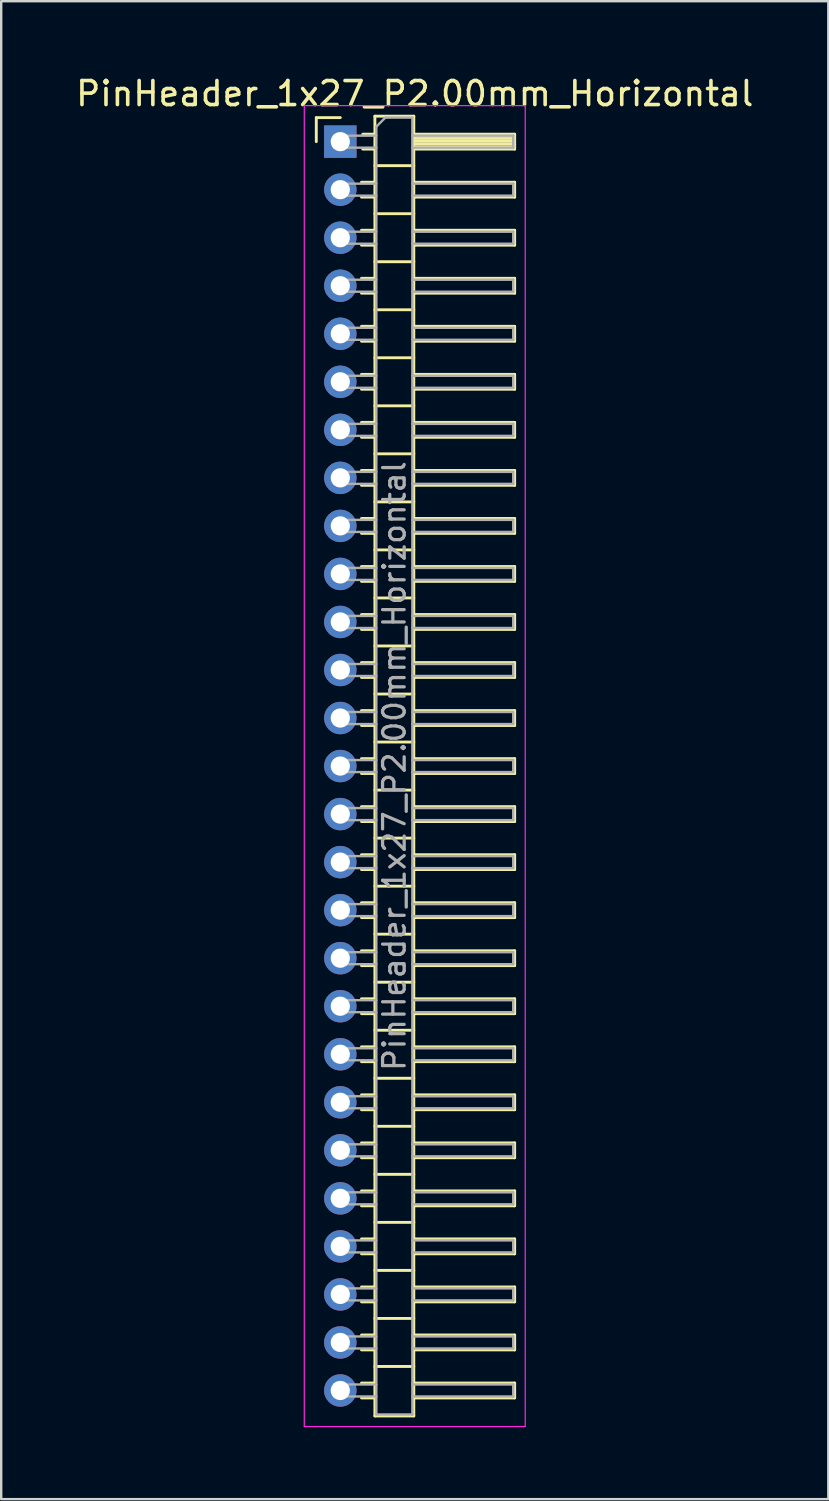
<source format=kicad_pcb>
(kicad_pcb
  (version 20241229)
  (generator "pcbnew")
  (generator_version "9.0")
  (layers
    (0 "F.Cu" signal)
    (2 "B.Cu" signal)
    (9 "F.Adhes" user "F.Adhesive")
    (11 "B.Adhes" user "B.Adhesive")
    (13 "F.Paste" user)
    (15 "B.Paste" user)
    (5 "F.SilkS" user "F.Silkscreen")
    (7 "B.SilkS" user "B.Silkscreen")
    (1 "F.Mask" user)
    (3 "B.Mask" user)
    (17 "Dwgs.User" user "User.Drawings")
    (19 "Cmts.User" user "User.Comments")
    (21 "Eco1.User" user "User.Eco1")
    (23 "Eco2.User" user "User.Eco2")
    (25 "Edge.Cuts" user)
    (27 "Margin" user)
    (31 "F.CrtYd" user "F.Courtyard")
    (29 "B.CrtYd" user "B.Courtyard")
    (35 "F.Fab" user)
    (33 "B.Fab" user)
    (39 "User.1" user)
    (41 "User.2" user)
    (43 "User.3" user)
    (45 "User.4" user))
  (footprint "PinHeader_1x27_P2.00mm_Horizontal"
    (layer "F.Cu")
    (at 11.12 2.848)
    (property "Reference" "PinHeader_1x27_P2.00mm_Horizontal" (at 3.1 -2 0) (layer "F.SilkS") (effects (font (size 1 1) (thickness 0.15))))
    (attr through_hole)
    (fp_line (start -1 -1) (end 0 -1) (stroke (width 0.12) (type solid)) (layer "F.SilkS"))
    (fp_line (start -1 0) (end -1 -1) (stroke (width 0.12) (type solid)) (layer "F.SilkS"))
    (fp_line (start 0.882 1.69) (end 1.44 1.69) (stroke (width 0.12) (type solid)) (layer "F.SilkS"))
    (fp_line (start 0.882 2.31) (end 1.44 2.31) (stroke (width 0.12) (type solid)) (layer "F.SilkS"))
    (fp_line (start 0.882 3.69) (end 1.44 3.69) (stroke (width 0.12) (type solid)) (layer "F.SilkS"))
    (fp_line (start 0.882 4.31) (end 1.44 4.31) (stroke (width 0.12) (type solid)) (layer "F.SilkS"))
    (fp_line (start 0.882 5.69) (end 1.44 5.69) (stroke (width 0.12) (type solid)) (layer "F.SilkS"))
    (fp_line (start 0.882 6.31) (end 1.44 6.31) (stroke (width 0.12) (type solid)) (layer "F.SilkS"))
    (fp_line (start 0.882 7.69) (end 1.44 7.69) (stroke (width 0.12) (type solid)) (layer "F.SilkS"))
    (fp_line (start 0.882 8.31) (end 1.44 8.31) (stroke (width 0.12) (type solid)) (layer "F.SilkS"))
    (fp_line (start 0.882 9.69) (end 1.44 9.69) (stroke (width 0.12) (type solid)) (layer "F.SilkS"))
    (fp_line (start 0.882 10.31) (end 1.44 10.31) (stroke (width 0.12) (type solid)) (layer "F.SilkS"))
    (fp_line (start 0.882 11.69) (end 1.44 11.69) (stroke (width 0.12) (type solid)) (layer "F.SilkS"))
    (fp_line (start 0.882 12.31) (end 1.44 12.31) (stroke (width 0.12) (type solid)) (layer "F.SilkS"))
    (fp_line (start 0.882 13.69) (end 1.44 13.69) (stroke (width 0.12) (type solid)) (layer "F.SilkS"))
    (fp_line (start 0.882 14.31) (end 1.44 14.31) (stroke (width 0.12) (type solid)) (layer "F.SilkS"))
    (fp_line (start 0.882 15.69) (end 1.44 15.69) (stroke (width 0.12) (type solid)) (layer "F.SilkS"))
    (fp_line (start 0.882 16.31) (end 1.44 16.31) (stroke (width 0.12) (type solid)) (layer "F.SilkS"))
    (fp_line (start 0.882 17.69) (end 1.44 17.69) (stroke (width 0.12) (type solid)) (layer "F.SilkS"))
    (fp_line (start 0.882 18.31) (end 1.44 18.31) (stroke (width 0.12) (type solid)) (layer "F.SilkS"))
    (fp_line (start 0.882 19.69) (end 1.44 19.69) (stroke (width 0.12) (type solid)) (layer "F.SilkS"))
    (fp_line (start 0.882 20.31) (end 1.44 20.31) (stroke (width 0.12) (type solid)) (layer "F.SilkS"))
    (fp_line (start 0.882 21.69) (end 1.44 21.69) (stroke (width 0.12) (type solid)) (layer "F.SilkS"))
    (fp_line (start 0.882 22.31) (end 1.44 22.31) (stroke (width 0.12) (type solid)) (layer "F.SilkS"))
    (fp_line (start 0.882 23.69) (end 1.44 23.69) (stroke (width 0.12) (type solid)) (layer "F.SilkS"))
    (fp_line (start 0.882 24.31) (end 1.44 24.31) (stroke (width 0.12) (type solid)) (layer "F.SilkS"))
    (fp_line (start 0.882 25.69) (end 1.44 25.69) (stroke (width 0.12) (type solid)) (layer "F.SilkS"))
    (fp_line (start 0.882 26.31) (end 1.44 26.31) (stroke (width 0.12) (type solid)) (layer "F.SilkS"))
    (fp_line (start 0.882 27.69) (end 1.44 27.69) (stroke (width 0.12) (type solid)) (layer "F.SilkS"))
    (fp_line (start 0.882 28.31) (end 1.44 28.31) (stroke (width 0.12) (type solid)) (layer "F.SilkS"))
    (fp_line (start 0.882 29.69) (end 1.44 29.69) (stroke (width 0.12) (type solid)) (layer "F.SilkS"))
    (fp_line (start 0.882 30.31) (end 1.44 30.31) (stroke (width 0.12) (type solid)) (layer "F.SilkS"))
    (fp_line (start 0.882 31.69) (end 1.44 31.69) (stroke (width 0.12) (type solid)) (layer "F.SilkS"))
    (fp_line (start 0.882 32.31) (end 1.44 32.31) (stroke (width 0.12) (type solid)) (layer "F.SilkS"))
    (fp_line (start 0.882 33.69) (end 1.44 33.69) (stroke (width 0.12) (type solid)) (layer "F.SilkS"))
    (fp_line (start 0.882 34.31) (end 1.44 34.31) (stroke (width 0.12) (type solid)) (layer "F.SilkS"))
    (fp_line (start 0.882 35.69) (end 1.44 35.69) (stroke (width 0.12) (type solid)) (layer "F.SilkS"))
    (fp_line (start 0.882 36.31) (end 1.44 36.31) (stroke (width 0.12) (type solid)) (layer "F.SilkS"))
    (fp_line (start 0.882 37.69) (end 1.44 37.69) (stroke (width 0.12) (type solid)) (layer "F.SilkS"))
    (fp_line (start 0.882 38.31) (end 1.44 38.31) (stroke (width 0.12) (type solid)) (layer "F.SilkS"))
    (fp_line (start 0.882 39.69) (end 1.44 39.69) (stroke (width 0.12) (type solid)) (layer "F.SilkS"))
    (fp_line (start 0.882 40.31) (end 1.44 40.31) (stroke (width 0.12) (type solid)) (layer "F.SilkS"))
    (fp_line (start 0.882 41.69) (end 1.44 41.69) (stroke (width 0.12) (type solid)) (layer "F.SilkS"))
    (fp_line (start 0.882 42.31) (end 1.44 42.31) (stroke (width 0.12) (type solid)) (layer "F.SilkS"))
    (fp_line (start 0.882 43.69) (end 1.44 43.69) (stroke (width 0.12) (type solid)) (layer "F.SilkS"))
    (fp_line (start 0.882 44.31) (end 1.44 44.31) (stroke (width 0.12) (type solid)) (layer "F.SilkS"))
    (fp_line (start 0.882 45.69) (end 1.44 45.69) (stroke (width 0.12) (type solid)) (layer "F.SilkS"))
    (fp_line (start 0.882 46.31) (end 1.44 46.31) (stroke (width 0.12) (type solid)) (layer "F.SilkS"))
    (fp_line (start 0.882 47.69) (end 1.44 47.69) (stroke (width 0.12) (type solid)) (layer "F.SilkS"))
    (fp_line (start 0.882 48.31) (end 1.44 48.31) (stroke (width 0.12) (type solid)) (layer "F.SilkS"))
    (fp_line (start 0.882 49.69) (end 1.44 49.69) (stroke (width 0.12) (type solid)) (layer "F.SilkS"))
    (fp_line (start 0.882 50.31) (end 1.44 50.31) (stroke (width 0.12) (type solid)) (layer "F.SilkS"))
    (fp_line (start 0.882 51.69) (end 1.44 51.69) (stroke (width 0.12) (type solid)) (layer "F.SilkS"))
    (fp_line (start 0.882 52.31) (end 1.44 52.31) (stroke (width 0.12) (type solid)) (layer "F.SilkS"))
    (fp_line (start 0.935 -0.31) (end 1.44 -0.31) (stroke (width 0.12) (type solid)) (layer "F.SilkS"))
    (fp_line (start 0.935 0.31) (end 1.44 0.31) (stroke (width 0.12) (type solid)) (layer "F.SilkS"))
    (fp_line (start 1.44 -1.06) (end 1.44 53.06) (stroke (width 0.12) (type solid)) (layer "F.SilkS"))
    (fp_line (start 1.44 1) (end 3.06 1) (stroke (width 0.12) (type solid)) (layer "F.SilkS"))
    (fp_line (start 1.44 3) (end 3.06 3) (stroke (width 0.12) (type solid)) (layer "F.SilkS"))
    (fp_line (start 1.44 5) (end 3.06 5) (stroke (width 0.12) (type solid)) (layer "F.SilkS"))
    (fp_line (start 1.44 7) (end 3.06 7) (stroke (width 0.12) (type solid)) (layer "F.SilkS"))
    (fp_line (start 1.44 9) (end 3.06 9) (stroke (width 0.12) (type solid)) (layer "F.SilkS"))
    (fp_line (start 1.44 11) (end 3.06 11) (stroke (width 0.12) (type solid)) (layer "F.SilkS"))
    (fp_line (start 1.44 13) (end 3.06 13) (stroke (width 0.12) (type solid)) (layer "F.SilkS"))
    (fp_line (start 1.44 15) (end 3.06 15) (stroke (width 0.12) (type solid)) (layer "F.SilkS"))
    (fp_line (start 1.44 17) (end 3.06 17) (stroke (width 0.12) (type solid)) (layer "F.SilkS"))
    (fp_line (start 1.44 19) (end 3.06 19) (stroke (width 0.12) (type solid)) (layer "F.SilkS"))
    (fp_line (start 1.44 21) (end 3.06 21) (stroke (width 0.12) (type solid)) (layer "F.SilkS"))
    (fp_line (start 1.44 23) (end 3.06 23) (stroke (width 0.12) (type solid)) (layer "F.SilkS"))
    (fp_line (start 1.44 25) (end 3.06 25) (stroke (width 0.12) (type solid)) (layer "F.SilkS"))
    (fp_line (start 1.44 27) (end 3.06 27) (stroke (width 0.12) (type solid)) (layer "F.SilkS"))
    (fp_line (start 1.44 29) (end 3.06 29) (stroke (width 0.12) (type solid)) (layer "F.SilkS"))
    (fp_line (start 1.44 31) (end 3.06 31) (stroke (width 0.12) (type solid)) (layer "F.SilkS"))
    (fp_line (start 1.44 33) (end 3.06 33) (stroke (width 0.12) (type solid)) (layer "F.SilkS"))
    (fp_line (start 1.44 35) (end 3.06 35) (stroke (width 0.12) (type solid)) (layer "F.SilkS"))
    (fp_line (start 1.44 37) (end 3.06 37) (stroke (width 0.12) (type solid)) (layer "F.SilkS"))
    (fp_line (start 1.44 39) (end 3.06 39) (stroke (width 0.12) (type solid)) (layer "F.SilkS"))
    (fp_line (start 1.44 41) (end 3.06 41) (stroke (width 0.12) (type solid)) (layer "F.SilkS"))
    (fp_line (start 1.44 43) (end 3.06 43) (stroke (width 0.12) (type solid)) (layer "F.SilkS"))
    (fp_line (start 1.44 45) (end 3.06 45) (stroke (width 0.12) (type solid)) (layer "F.SilkS"))
    (fp_line (start 1.44 47) (end 3.06 47) (stroke (width 0.12) (type solid)) (layer "F.SilkS"))
    (fp_line (start 1.44 49) (end 3.06 49) (stroke (width 0.12) (type solid)) (layer "F.SilkS"))
    (fp_line (start 1.44 51) (end 3.06 51) (stroke (width 0.12) (type solid)) (layer "F.SilkS"))
    (fp_line (start 1.44 53.06) (end 3.06 53.06) (stroke (width 0.12) (type solid)) (layer "F.SilkS"))
    (fp_line (start 3.06 -1.06) (end 1.44 -1.06) (stroke (width 0.12) (type solid)) (layer "F.SilkS"))
    (fp_line (start 3.06 -0.31) (end 7.26 -0.31) (stroke (width 0.12) (type solid)) (layer "F.SilkS"))
    (fp_line (start 3.06 -0.25) (end 7.26 -0.25) (stroke (width 0.12) (type solid)) (layer "F.SilkS"))
    (fp_line (start 3.06 -0.13) (end 7.26 -0.13) (stroke (width 0.12) (type solid)) (layer "F.SilkS"))
    (fp_line (start 3.06 -0.01) (end 7.26 -0.01) (stroke (width 0.12) (type solid)) (layer "F.SilkS"))
    (fp_line (start 3.06 0.11) (end 7.26 0.11) (stroke (width 0.12) (type solid)) (layer "F.SilkS"))
    (fp_line (start 3.06 0.23) (end 7.26 0.23) (stroke (width 0.12) (type solid)) (layer "F.SilkS"))
    (fp_line (start 3.06 1.69) (end 7.26 1.69) (stroke (width 0.12) (type solid)) (layer "F.SilkS"))
    (fp_line (start 3.06 3.69) (end 7.26 3.69) (stroke (width 0.12) (type solid)) (layer "F.SilkS"))
    (fp_line (start 3.06 5.69) (end 7.26 5.69) (stroke (width 0.12) (type solid)) (layer "F.SilkS"))
    (fp_line (start 3.06 7.69) (end 7.26 7.69) (stroke (width 0.12) (type solid)) (layer "F.SilkS"))
    (fp_line (start 3.06 9.69) (end 7.26 9.69) (stroke (width 0.12) (type solid)) (layer "F.SilkS"))
    (fp_line (start 3.06 11.69) (end 7.26 11.69) (stroke (width 0.12) (type solid)) (layer "F.SilkS"))
    (fp_line (start 3.06 13.69) (end 7.26 13.69) (stroke (width 0.12) (type solid)) (layer "F.SilkS"))
    (fp_line (start 3.06 15.69) (end 7.26 15.69) (stroke (width 0.12) (type solid)) (layer "F.SilkS"))
    (fp_line (start 3.06 17.69) (end 7.26 17.69) (stroke (width 0.12) (type solid)) (layer "F.SilkS"))
    (fp_line (start 3.06 19.69) (end 7.26 19.69) (stroke (width 0.12) (type solid)) (layer "F.SilkS"))
    (fp_line (start 3.06 21.69) (end 7.26 21.69) (stroke (width 0.12) (type solid)) (layer "F.SilkS"))
    (fp_line (start 3.06 23.69) (end 7.26 23.69) (stroke (width 0.12) (type solid)) (layer "F.SilkS"))
    (fp_line (start 3.06 25.69) (end 7.26 25.69) (stroke (width 0.12) (type solid)) (layer "F.SilkS"))
    (fp_line (start 3.06 27.69) (end 7.26 27.69) (stroke (width 0.12) (type solid)) (layer "F.SilkS"))
    (fp_line (start 3.06 29.69) (end 7.26 29.69) (stroke (width 0.12) (type solid)) (layer "F.SilkS"))
    (fp_line (start 3.06 31.69) (end 7.26 31.69) (stroke (width 0.12) (type solid)) (layer "F.SilkS"))
    (fp_line (start 3.06 33.69) (end 7.26 33.69) (stroke (width 0.12) (type solid)) (layer "F.SilkS"))
    (fp_line (start 3.06 35.69) (end 7.26 35.69) (stroke (width 0.12) (type solid)) (layer "F.SilkS"))
    (fp_line (start 3.06 37.69) (end 7.26 37.69) (stroke (width 0.12) (type solid)) (layer "F.SilkS"))
    (fp_line (start 3.06 39.69) (end 7.26 39.69) (stroke (width 0.12) (type solid)) (layer "F.SilkS"))
    (fp_line (start 3.06 41.69) (end 7.26 41.69) (stroke (width 0.12) (type solid)) (layer "F.SilkS"))
    (fp_line (start 3.06 43.69) (end 7.26 43.69) (stroke (width 0.12) (type solid)) (layer "F.SilkS"))
    (fp_line (start 3.06 45.69) (end 7.26 45.69) (stroke (width 0.12) (type solid)) (layer "F.SilkS"))
    (fp_line (start 3.06 47.69) (end 7.26 47.69) (stroke (width 0.12) (type solid)) (layer "F.SilkS"))
    (fp_line (start 3.06 49.69) (end 7.26 49.69) (stroke (width 0.12) (type solid)) (layer "F.SilkS"))
    (fp_line (start 3.06 51.69) (end 7.26 51.69) (stroke (width 0.12) (type solid)) (layer "F.SilkS"))
    (fp_line (start 3.06 53.06) (end 3.06 -1.06) (stroke (width 0.12) (type solid)) (layer "F.SilkS"))
    (fp_line (start 7.26 -0.31) (end 7.26 0.31) (stroke (width 0.12) (type solid)) (layer "F.SilkS"))
    (fp_line (start 7.26 0.31) (end 3.06 0.31) (stroke (width 0.12) (type solid)) (layer "F.SilkS"))
    (fp_line (start 7.26 1.69) (end 7.26 2.31) (stroke (width 0.12) (type solid)) (layer "F.SilkS"))
    (fp_line (start 7.26 2.31) (end 3.06 2.31) (stroke (width 0.12) (type solid)) (layer "F.SilkS"))
    (fp_line (start 7.26 3.69) (end 7.26 4.31) (stroke (width 0.12) (type solid)) (layer "F.SilkS"))
    (fp_line (start 7.26 4.31) (end 3.06 4.31) (stroke (width 0.12) (type solid)) (layer "F.SilkS"))
    (fp_line (start 7.26 5.69) (end 7.26 6.31) (stroke (width 0.12) (type solid)) (layer "F.SilkS"))
    (fp_line (start 7.26 6.31) (end 3.06 6.31) (stroke (width 0.12) (type solid)) (layer "F.SilkS"))
    (fp_line (start 7.26 7.69) (end 7.26 8.31) (stroke (width 0.12) (type solid)) (layer "F.SilkS"))
    (fp_line (start 7.26 8.31) (end 3.06 8.31) (stroke (width 0.12) (type solid)) (layer "F.SilkS"))
    (fp_line (start 7.26 9.69) (end 7.26 10.31) (stroke (width 0.12) (type solid)) (layer "F.SilkS"))
    (fp_line (start 7.26 10.31) (end 3.06 10.31) (stroke (width 0.12) (type solid)) (layer "F.SilkS"))
    (fp_line (start 7.26 11.69) (end 7.26 12.31) (stroke (width 0.12) (type solid)) (layer "F.SilkS"))
    (fp_line (start 7.26 12.31) (end 3.06 12.31) (stroke (width 0.12) (type solid)) (layer "F.SilkS"))
    (fp_line (start 7.26 13.69) (end 7.26 14.31) (stroke (width 0.12) (type solid)) (layer "F.SilkS"))
    (fp_line (start 7.26 14.31) (end 3.06 14.31) (stroke (width 0.12) (type solid)) (layer "F.SilkS"))
    (fp_line (start 7.26 15.69) (end 7.26 16.31) (stroke (width 0.12) (type solid)) (layer "F.SilkS"))
    (fp_line (start 7.26 16.31) (end 3.06 16.31) (stroke (width 0.12) (type solid)) (layer "F.SilkS"))
    (fp_line (start 7.26 17.69) (end 7.26 18.31) (stroke (width 0.12) (type solid)) (layer "F.SilkS"))
    (fp_line (start 7.26 18.31) (end 3.06 18.31) (stroke (width 0.12) (type solid)) (layer "F.SilkS"))
    (fp_line (start 7.26 19.69) (end 7.26 20.31) (stroke (width 0.12) (type solid)) (layer "F.SilkS"))
    (fp_line (start 7.26 20.31) (end 3.06 20.31) (stroke (width 0.12) (type solid)) (layer "F.SilkS"))
    (fp_line (start 7.26 21.69) (end 7.26 22.31) (stroke (width 0.12) (type solid)) (layer "F.SilkS"))
    (fp_line (start 7.26 22.31) (end 3.06 22.31) (stroke (width 0.12) (type solid)) (layer "F.SilkS"))
    (fp_line (start 7.26 23.69) (end 7.26 24.31) (stroke (width 0.12) (type solid)) (layer "F.SilkS"))
    (fp_line (start 7.26 24.31) (end 3.06 24.31) (stroke (width 0.12) (type solid)) (layer "F.SilkS"))
    (fp_line (start 7.26 25.69) (end 7.26 26.31) (stroke (width 0.12) (type solid)) (layer "F.SilkS"))
    (fp_line (start 7.26 26.31) (end 3.06 26.31) (stroke (width 0.12) (type solid)) (layer "F.SilkS"))
    (fp_line (start 7.26 27.69) (end 7.26 28.31) (stroke (width 0.12) (type solid)) (layer "F.SilkS"))
    (fp_line (start 7.26 28.31) (end 3.06 28.31) (stroke (width 0.12) (type solid)) (layer "F.SilkS"))
    (fp_line (start 7.26 29.69) (end 7.26 30.31) (stroke (width 0.12) (type solid)) (layer "F.SilkS"))
    (fp_line (start 7.26 30.31) (end 3.06 30.31) (stroke (width 0.12) (type solid)) (layer "F.SilkS"))
    (fp_line (start 7.26 31.69) (end 7.26 32.31) (stroke (width 0.12) (type solid)) (layer "F.SilkS"))
    (fp_line (start 7.26 32.31) (end 3.06 32.31) (stroke (width 0.12) (type solid)) (layer "F.SilkS"))
    (fp_line (start 7.26 33.69) (end 7.26 34.31) (stroke (width 0.12) (type solid)) (layer "F.SilkS"))
    (fp_line (start 7.26 34.31) (end 3.06 34.31) (stroke (width 0.12) (type solid)) (layer "F.SilkS"))
    (fp_line (start 7.26 35.69) (end 7.26 36.31) (stroke (width 0.12) (type solid)) (layer "F.SilkS"))
    (fp_line (start 7.26 36.31) (end 3.06 36.31) (stroke (width 0.12) (type solid)) (layer "F.SilkS"))
    (fp_line (start 7.26 37.69) (end 7.26 38.31) (stroke (width 0.12) (type solid)) (layer "F.SilkS"))
    (fp_line (start 7.26 38.31) (end 3.06 38.31) (stroke (width 0.12) (type solid)) (layer "F.SilkS"))
    (fp_line (start 7.26 39.69) (end 7.26 40.31) (stroke (width 0.12) (type solid)) (layer "F.SilkS"))
    (fp_line (start 7.26 40.31) (end 3.06 40.31) (stroke (width 0.12) (type solid)) (layer "F.SilkS"))
    (fp_line (start 7.26 41.69) (end 7.26 42.31) (stroke (width 0.12) (type solid)) (layer "F.SilkS"))
    (fp_line (start 7.26 42.31) (end 3.06 42.31) (stroke (width 0.12) (type solid)) (layer "F.SilkS"))
    (fp_line (start 7.26 43.69) (end 7.26 44.31) (stroke (width 0.12) (type solid)) (layer "F.SilkS"))
    (fp_line (start 7.26 44.31) (end 3.06 44.31) (stroke (width 0.12) (type solid)) (layer "F.SilkS"))
    (fp_line (start 7.26 45.69) (end 7.26 46.31) (stroke (width 0.12) (type solid)) (layer "F.SilkS"))
    (fp_line (start 7.26 46.31) (end 3.06 46.31) (stroke (width 0.12) (type solid)) (layer "F.SilkS"))
    (fp_line (start 7.26 47.69) (end 7.26 48.31) (stroke (width 0.12) (type solid)) (layer "F.SilkS"))
    (fp_line (start 7.26 48.31) (end 3.06 48.31) (stroke (width 0.12) (type solid)) (layer "F.SilkS"))
    (fp_line (start 7.26 49.69) (end 7.26 50.31) (stroke (width 0.12) (type solid)) (layer "F.SilkS"))
    (fp_line (start 7.26 50.31) (end 3.06 50.31) (stroke (width 0.12) (type solid)) (layer "F.SilkS"))
    (fp_line (start 7.26 51.69) (end 7.26 52.31) (stroke (width 0.12) (type solid)) (layer "F.SilkS"))
    (fp_line (start 7.26 52.31) (end 3.06 52.31) (stroke (width 0.12) (type solid)) (layer "F.SilkS"))
    (fp_line (start -1.5 -1.5) (end -1.5 53.5) (stroke (width 0.05) (type solid)) (layer "F.CrtYd"))
    (fp_line (start -1.5 53.5) (end 7.7 53.5) (stroke (width 0.05) (type solid)) (layer "F.CrtYd"))
    (fp_line (start 7.7 -1.5) (end -1.5 -1.5) (stroke (width 0.05) (type solid)) (layer "F.CrtYd"))
    (fp_line (start 7.7 53.5) (end 7.7 -1.5) (stroke (width 0.05) (type solid)) (layer "F.CrtYd"))
    (fp_line (start -0.25 -0.25) (end -0.25 0.25) (stroke (width 0.1) (type solid)) (layer "F.Fab"))
    (fp_line (start -0.25 -0.25) (end 1.5 -0.25) (stroke (width 0.1) (type solid)) (layer "F.Fab"))
    (fp_line (start -0.25 0.25) (end 1.5 0.25) (stroke (width 0.1) (type solid)) (layer "F.Fab"))
    (fp_line (start -0.25 1.75) (end -0.25 2.25) (stroke (width 0.1) (type solid)) (layer "F.Fab"))
    (fp_line (start -0.25 1.75) (end 1.5 1.75) (stroke (width 0.1) (type solid)) (layer "F.Fab"))
    (fp_line (start -0.25 2.25) (end 1.5 2.25) (stroke (width 0.1) (type solid)) (layer "F.Fab"))
    (fp_line (start -0.25 3.75) (end -0.25 4.25) (stroke (width 0.1) (type solid)) (layer "F.Fab"))
    (fp_line (start -0.25 3.75) (end 1.5 3.75) (stroke (width 0.1) (type solid)) (layer "F.Fab"))
    (fp_line (start -0.25 4.25) (end 1.5 4.25) (stroke (width 0.1) (type solid)) (layer "F.Fab"))
    (fp_line (start -0.25 5.75) (end -0.25 6.25) (stroke (width 0.1) (type solid)) (layer "F.Fab"))
    (fp_line (start -0.25 5.75) (end 1.5 5.75) (stroke (width 0.1) (type solid)) (layer "F.Fab"))
    (fp_line (start -0.25 6.25) (end 1.5 6.25) (stroke (width 0.1) (type solid)) (layer "F.Fab"))
    (fp_line (start -0.25 7.75) (end -0.25 8.25) (stroke (width 0.1) (type solid)) (layer "F.Fab"))
    (fp_line (start -0.25 7.75) (end 1.5 7.75) (stroke (width 0.1) (type solid)) (layer "F.Fab"))
    (fp_line (start -0.25 8.25) (end 1.5 8.25) (stroke (width 0.1) (type solid)) (layer "F.Fab"))
    (fp_line (start -0.25 9.75) (end -0.25 10.25) (stroke (width 0.1) (type solid)) (layer "F.Fab"))
    (fp_line (start -0.25 9.75) (end 1.5 9.75) (stroke (width 0.1) (type solid)) (layer "F.Fab"))
    (fp_line (start -0.25 10.25) (end 1.5 10.25) (stroke (width 0.1) (type solid)) (layer "F.Fab"))
    (fp_line (start -0.25 11.75) (end -0.25 12.25) (stroke (width 0.1) (type solid)) (layer "F.Fab"))
    (fp_line (start -0.25 11.75) (end 1.5 11.75) (stroke (width 0.1) (type solid)) (layer "F.Fab"))
    (fp_line (start -0.25 12.25) (end 1.5 12.25) (stroke (width 0.1) (type solid)) (layer "F.Fab"))
    (fp_line (start -0.25 13.75) (end -0.25 14.25) (stroke (width 0.1) (type solid)) (layer "F.Fab"))
    (fp_line (start -0.25 13.75) (end 1.5 13.75) (stroke (width 0.1) (type solid)) (layer "F.Fab"))
    (fp_line (start -0.25 14.25) (end 1.5 14.25) (stroke (width 0.1) (type solid)) (layer "F.Fab"))
    (fp_line (start -0.25 15.75) (end -0.25 16.25) (stroke (width 0.1) (type solid)) (layer "F.Fab"))
    (fp_line (start -0.25 15.75) (end 1.5 15.75) (stroke (width 0.1) (type solid)) (layer "F.Fab"))
    (fp_line (start -0.25 16.25) (end 1.5 16.25) (stroke (width 0.1) (type solid)) (layer "F.Fab"))
    (fp_line (start -0.25 17.75) (end -0.25 18.25) (stroke (width 0.1) (type solid)) (layer "F.Fab"))
    (fp_line (start -0.25 17.75) (end 1.5 17.75) (stroke (width 0.1) (type solid)) (layer "F.Fab"))
    (fp_line (start -0.25 18.25) (end 1.5 18.25) (stroke (width 0.1) (type solid)) (layer "F.Fab"))
    (fp_line (start -0.25 19.75) (end -0.25 20.25) (stroke (width 0.1) (type solid)) (layer "F.Fab"))
    (fp_line (start -0.25 19.75) (end 1.5 19.75) (stroke (width 0.1) (type solid)) (layer "F.Fab"))
    (fp_line (start -0.25 20.25) (end 1.5 20.25) (stroke (width 0.1) (type solid)) (layer "F.Fab"))
    (fp_line (start -0.25 21.75) (end -0.25 22.25) (stroke (width 0.1) (type solid)) (layer "F.Fab"))
    (fp_line (start -0.25 21.75) (end 1.5 21.75) (stroke (width 0.1) (type solid)) (layer "F.Fab"))
    (fp_line (start -0.25 22.25) (end 1.5 22.25) (stroke (width 0.1) (type solid)) (layer "F.Fab"))
    (fp_line (start -0.25 23.75) (end -0.25 24.25) (stroke (width 0.1) (type solid)) (layer "F.Fab"))
    (fp_line (start -0.25 23.75) (end 1.5 23.75) (stroke (width 0.1) (type solid)) (layer "F.Fab"))
    (fp_line (start -0.25 24.25) (end 1.5 24.25) (stroke (width 0.1) (type solid)) (layer "F.Fab"))
    (fp_line (start -0.25 25.75) (end -0.25 26.25) (stroke (width 0.1) (type solid)) (layer "F.Fab"))
    (fp_line (start -0.25 25.75) (end 1.5 25.75) (stroke (width 0.1) (type solid)) (layer "F.Fab"))
    (fp_line (start -0.25 26.25) (end 1.5 26.25) (stroke (width 0.1) (type solid)) (layer "F.Fab"))
    (fp_line (start -0.25 27.75) (end -0.25 28.25) (stroke (width 0.1) (type solid)) (layer "F.Fab"))
    (fp_line (start -0.25 27.75) (end 1.5 27.75) (stroke (width 0.1) (type solid)) (layer "F.Fab"))
    (fp_line (start -0.25 28.25) (end 1.5 28.25) (stroke (width 0.1) (type solid)) (layer "F.Fab"))
    (fp_line (start -0.25 29.75) (end -0.25 30.25) (stroke (width 0.1) (type solid)) (layer "F.Fab"))
    (fp_line (start -0.25 29.75) (end 1.5 29.75) (stroke (width 0.1) (type solid)) (layer "F.Fab"))
    (fp_line (start -0.25 30.25) (end 1.5 30.25) (stroke (width 0.1) (type solid)) (layer "F.Fab"))
    (fp_line (start -0.25 31.75) (end -0.25 32.25) (stroke (width 0.1) (type solid)) (layer "F.Fab"))
    (fp_line (start -0.25 31.75) (end 1.5 31.75) (stroke (width 0.1) (type solid)) (layer "F.Fab"))
    (fp_line (start -0.25 32.25) (end 1.5 32.25) (stroke (width 0.1) (type solid)) (layer "F.Fab"))
    (fp_line (start -0.25 33.75) (end -0.25 34.25) (stroke (width 0.1) (type solid)) (layer "F.Fab"))
    (fp_line (start -0.25 33.75) (end 1.5 33.75) (stroke (width 0.1) (type solid)) (layer "F.Fab"))
    (fp_line (start -0.25 34.25) (end 1.5 34.25) (stroke (width 0.1) (type solid)) (layer "F.Fab"))
    (fp_line (start -0.25 35.75) (end -0.25 36.25) (stroke (width 0.1) (type solid)) (layer "F.Fab"))
    (fp_line (start -0.25 35.75) (end 1.5 35.75) (stroke (width 0.1) (type solid)) (layer "F.Fab"))
    (fp_line (start -0.25 36.25) (end 1.5 36.25) (stroke (width 0.1) (type solid)) (layer "F.Fab"))
    (fp_line (start -0.25 37.75) (end -0.25 38.25) (stroke (width 0.1) (type solid)) (layer "F.Fab"))
    (fp_line (start -0.25 37.75) (end 1.5 37.75) (stroke (width 0.1) (type solid)) (layer "F.Fab"))
    (fp_line (start -0.25 38.25) (end 1.5 38.25) (stroke (width 0.1) (type solid)) (layer "F.Fab"))
    (fp_line (start -0.25 39.75) (end -0.25 40.25) (stroke (width 0.1) (type solid)) (layer "F.Fab"))
    (fp_line (start -0.25 39.75) (end 1.5 39.75) (stroke (width 0.1) (type solid)) (layer "F.Fab"))
    (fp_line (start -0.25 40.25) (end 1.5 40.25) (stroke (width 0.1) (type solid)) (layer "F.Fab"))
    (fp_line (start -0.25 41.75) (end -0.25 42.25) (stroke (width 0.1) (type solid)) (layer "F.Fab"))
    (fp_line (start -0.25 41.75) (end 1.5 41.75) (stroke (width 0.1) (type solid)) (layer "F.Fab"))
    (fp_line (start -0.25 42.25) (end 1.5 42.25) (stroke (width 0.1) (type solid)) (layer "F.Fab"))
    (fp_line (start -0.25 43.75) (end -0.25 44.25) (stroke (width 0.1) (type solid)) (layer "F.Fab"))
    (fp_line (start -0.25 43.75) (end 1.5 43.75) (stroke (width 0.1) (type solid)) (layer "F.Fab"))
    (fp_line (start -0.25 44.25) (end 1.5 44.25) (stroke (width 0.1) (type solid)) (layer "F.Fab"))
    (fp_line (start -0.25 45.75) (end -0.25 46.25) (stroke (width 0.1) (type solid)) (layer "F.Fab"))
    (fp_line (start -0.25 45.75) (end 1.5 45.75) (stroke (width 0.1) (type solid)) (layer "F.Fab"))
    (fp_line (start -0.25 46.25) (end 1.5 46.25) (stroke (width 0.1) (type solid)) (layer "F.Fab"))
    (fp_line (start -0.25 47.75) (end -0.25 48.25) (stroke (width 0.1) (type solid)) (layer "F.Fab"))
    (fp_line (start -0.25 47.75) (end 1.5 47.75) (stroke (width 0.1) (type solid)) (layer "F.Fab"))
    (fp_line (start -0.25 48.25) (end 1.5 48.25) (stroke (width 0.1) (type solid)) (layer "F.Fab"))
    (fp_line (start -0.25 49.75) (end -0.25 50.25) (stroke (width 0.1) (type solid)) (layer "F.Fab"))
    (fp_line (start -0.25 49.75) (end 1.5 49.75) (stroke (width 0.1) (type solid)) (layer "F.Fab"))
    (fp_line (start -0.25 50.25) (end 1.5 50.25) (stroke (width 0.1) (type solid)) (layer "F.Fab"))
    (fp_line (start -0.25 51.75) (end -0.25 52.25) (stroke (width 0.1) (type solid)) (layer "F.Fab"))
    (fp_line (start -0.25 51.75) (end 1.5 51.75) (stroke (width 0.1) (type solid)) (layer "F.Fab"))
    (fp_line (start -0.25 52.25) (end 1.5 52.25) (stroke (width 0.1) (type solid)) (layer "F.Fab"))
    (fp_line (start 1.5 -0.625) (end 1.875 -1) (stroke (width 0.1) (type solid)) (layer "F.Fab"))
    (fp_line (start 1.5 53) (end 1.5 -0.625) (stroke (width 0.1) (type solid)) (layer "F.Fab"))
    (fp_line (start 1.875 -1) (end 3 -1) (stroke (width 0.1) (type solid)) (layer "F.Fab"))
    (fp_line (start 3 -1) (end 3 53) (stroke (width 0.1) (type solid)) (layer "F.Fab"))
    (fp_line (start 3 -0.25) (end 7.2 -0.25) (stroke (width 0.1) (type solid)) (layer "F.Fab"))
    (fp_line (start 3 0.25) (end 7.2 0.25) (stroke (width 0.1) (type solid)) (layer "F.Fab"))
    (fp_line (start 3 1.75) (end 7.2 1.75) (stroke (width 0.1) (type solid)) (layer "F.Fab"))
    (fp_line (start 3 2.25) (end 7.2 2.25) (stroke (width 0.1) (type solid)) (layer "F.Fab"))
    (fp_line (start 3 3.75) (end 7.2 3.75) (stroke (width 0.1) (type solid)) (layer "F.Fab"))
    (fp_line (start 3 4.25) (end 7.2 4.25) (stroke (width 0.1) (type solid)) (layer "F.Fab"))
    (fp_line (start 3 5.75) (end 7.2 5.75) (stroke (width 0.1) (type solid)) (layer "F.Fab"))
    (fp_line (start 3 6.25) (end 7.2 6.25) (stroke (width 0.1) (type solid)) (layer "F.Fab"))
    (fp_line (start 3 7.75) (end 7.2 7.75) (stroke (width 0.1) (type solid)) (layer "F.Fab"))
    (fp_line (start 3 8.25) (end 7.2 8.25) (stroke (width 0.1) (type solid)) (layer "F.Fab"))
    (fp_line (start 3 9.75) (end 7.2 9.75) (stroke (width 0.1) (type solid)) (layer "F.Fab"))
    (fp_line (start 3 10.25) (end 7.2 10.25) (stroke (width 0.1) (type solid)) (layer "F.Fab"))
    (fp_line (start 3 11.75) (end 7.2 11.75) (stroke (width 0.1) (type solid)) (layer "F.Fab"))
    (fp_line (start 3 12.25) (end 7.2 12.25) (stroke (width 0.1) (type solid)) (layer "F.Fab"))
    (fp_line (start 3 13.75) (end 7.2 13.75) (stroke (width 0.1) (type solid)) (layer "F.Fab"))
    (fp_line (start 3 14.25) (end 7.2 14.25) (stroke (width 0.1) (type solid)) (layer "F.Fab"))
    (fp_line (start 3 15.75) (end 7.2 15.75) (stroke (width 0.1) (type solid)) (layer "F.Fab"))
    (fp_line (start 3 16.25) (end 7.2 16.25) (stroke (width 0.1) (type solid)) (layer "F.Fab"))
    (fp_line (start 3 17.75) (end 7.2 17.75) (stroke (width 0.1) (type solid)) (layer "F.Fab"))
    (fp_line (start 3 18.25) (end 7.2 18.25) (stroke (width 0.1) (type solid)) (layer "F.Fab"))
    (fp_line (start 3 19.75) (end 7.2 19.75) (stroke (width 0.1) (type solid)) (layer "F.Fab"))
    (fp_line (start 3 20.25) (end 7.2 20.25) (stroke (width 0.1) (type solid)) (layer "F.Fab"))
    (fp_line (start 3 21.75) (end 7.2 21.75) (stroke (width 0.1) (type solid)) (layer "F.Fab"))
    (fp_line (start 3 22.25) (end 7.2 22.25) (stroke (width 0.1) (type solid)) (layer "F.Fab"))
    (fp_line (start 3 23.75) (end 7.2 23.75) (stroke (width 0.1) (type solid)) (layer "F.Fab"))
    (fp_line (start 3 24.25) (end 7.2 24.25) (stroke (width 0.1) (type solid)) (layer "F.Fab"))
    (fp_line (start 3 25.75) (end 7.2 25.75) (stroke (width 0.1) (type solid)) (layer "F.Fab"))
    (fp_line (start 3 26.25) (end 7.2 26.25) (stroke (width 0.1) (type solid)) (layer "F.Fab"))
    (fp_line (start 3 27.75) (end 7.2 27.75) (stroke (width 0.1) (type solid)) (layer "F.Fab"))
    (fp_line (start 3 28.25) (end 7.2 28.25) (stroke (width 0.1) (type solid)) (layer "F.Fab"))
    (fp_line (start 3 29.75) (end 7.2 29.75) (stroke (width 0.1) (type solid)) (layer "F.Fab"))
    (fp_line (start 3 30.25) (end 7.2 30.25) (stroke (width 0.1) (type solid)) (layer "F.Fab"))
    (fp_line (start 3 31.75) (end 7.2 31.75) (stroke (width 0.1) (type solid)) (layer "F.Fab"))
    (fp_line (start 3 32.25) (end 7.2 32.25) (stroke (width 0.1) (type solid)) (layer "F.Fab"))
    (fp_line (start 3 33.75) (end 7.2 33.75) (stroke (width 0.1) (type solid)) (layer "F.Fab"))
    (fp_line (start 3 34.25) (end 7.2 34.25) (stroke (width 0.1) (type solid)) (layer "F.Fab"))
    (fp_line (start 3 35.75) (end 7.2 35.75) (stroke (width 0.1) (type solid)) (layer "F.Fab"))
    (fp_line (start 3 36.25) (end 7.2 36.25) (stroke (width 0.1) (type solid)) (layer "F.Fab"))
    (fp_line (start 3 37.75) (end 7.2 37.75) (stroke (width 0.1) (type solid)) (layer "F.Fab"))
    (fp_line (start 3 38.25) (end 7.2 38.25) (stroke (width 0.1) (type solid)) (layer "F.Fab"))
    (fp_line (start 3 39.75) (end 7.2 39.75) (stroke (width 0.1) (type solid)) (layer "F.Fab"))
    (fp_line (start 3 40.25) (end 7.2 40.25) (stroke (width 0.1) (type solid)) (layer "F.Fab"))
    (fp_line (start 3 41.75) (end 7.2 41.75) (stroke (width 0.1) (type solid)) (layer "F.Fab"))
    (fp_line (start 3 42.25) (end 7.2 42.25) (stroke (width 0.1) (type solid)) (layer "F.Fab"))
    (fp_line (start 3 43.75) (end 7.2 43.75) (stroke (width 0.1) (type solid)) (layer "F.Fab"))
    (fp_line (start 3 44.25) (end 7.2 44.25) (stroke (width 0.1) (type solid)) (layer "F.Fab"))
    (fp_line (start 3 45.75) (end 7.2 45.75) (stroke (width 0.1) (type solid)) (layer "F.Fab"))
    (fp_line (start 3 46.25) (end 7.2 46.25) (stroke (width 0.1) (type solid)) (layer "F.Fab"))
    (fp_line (start 3 47.75) (end 7.2 47.75) (stroke (width 0.1) (type solid)) (layer "F.Fab"))
    (fp_line (start 3 48.25) (end 7.2 48.25) (stroke (width 0.1) (type solid)) (layer "F.Fab"))
    (fp_line (start 3 49.75) (end 7.2 49.75) (stroke (width 0.1) (type solid)) (layer "F.Fab"))
    (fp_line (start 3 50.25) (end 7.2 50.25) (stroke (width 0.1) (type solid)) (layer "F.Fab"))
    (fp_line (start 3 51.75) (end 7.2 51.75) (stroke (width 0.1) (type solid)) (layer "F.Fab"))
    (fp_line (start 3 52.25) (end 7.2 52.25) (stroke (width 0.1) (type solid)) (layer "F.Fab"))
    (fp_line (start 3 53) (end 1.5 53) (stroke (width 0.1) (type solid)) (layer "F.Fab"))
    (fp_line (start 7.2 -0.25) (end 7.2 0.25) (stroke (width 0.1) (type solid)) (layer "F.Fab"))
    (fp_line (start 7.2 1.75) (end 7.2 2.25) (stroke (width 0.1) (type solid)) (layer "F.Fab"))
    (fp_line (start 7.2 3.75) (end 7.2 4.25) (stroke (width 0.1) (type solid)) (layer "F.Fab"))
    (fp_line (start 7.2 5.75) (end 7.2 6.25) (stroke (width 0.1) (type solid)) (layer "F.Fab"))
    (fp_line (start 7.2 7.75) (end 7.2 8.25) (stroke (width 0.1) (type solid)) (layer "F.Fab"))
    (fp_line (start 7.2 9.75) (end 7.2 10.25) (stroke (width 0.1) (type solid)) (layer "F.Fab"))
    (fp_line (start 7.2 11.75) (end 7.2 12.25) (stroke (width 0.1) (type solid)) (layer "F.Fab"))
    (fp_line (start 7.2 13.75) (end 7.2 14.25) (stroke (width 0.1) (type solid)) (layer "F.Fab"))
    (fp_line (start 7.2 15.75) (end 7.2 16.25) (stroke (width 0.1) (type solid)) (layer "F.Fab"))
    (fp_line (start 7.2 17.75) (end 7.2 18.25) (stroke (width 0.1) (type solid)) (layer "F.Fab"))
    (fp_line (start 7.2 19.75) (end 7.2 20.25) (stroke (width 0.1) (type solid)) (layer "F.Fab"))
    (fp_line (start 7.2 21.75) (end 7.2 22.25) (stroke (width 0.1) (type solid)) (layer "F.Fab"))
    (fp_line (start 7.2 23.75) (end 7.2 24.25) (stroke (width 0.1) (type solid)) (layer "F.Fab"))
    (fp_line (start 7.2 25.75) (end 7.2 26.25) (stroke (width 0.1) (type solid)) (layer "F.Fab"))
    (fp_line (start 7.2 27.75) (end 7.2 28.25) (stroke (width 0.1) (type solid)) (layer "F.Fab"))
    (fp_line (start 7.2 29.75) (end 7.2 30.25) (stroke (width 0.1) (type solid)) (layer "F.Fab"))
    (fp_line (start 7.2 31.75) (end 7.2 32.25) (stroke (width 0.1) (type solid)) (layer "F.Fab"))
    (fp_line (start 7.2 33.75) (end 7.2 34.25) (stroke (width 0.1) (type solid)) (layer "F.Fab"))
    (fp_line (start 7.2 35.75) (end 7.2 36.25) (stroke (width 0.1) (type solid)) (layer "F.Fab"))
    (fp_line (start 7.2 37.75) (end 7.2 38.25) (stroke (width 0.1) (type solid)) (layer "F.Fab"))
    (fp_line (start 7.2 39.75) (end 7.2 40.25) (stroke (width 0.1) (type solid)) (layer "F.Fab"))
    (fp_line (start 7.2 41.75) (end 7.2 42.25) (stroke (width 0.1) (type solid)) (layer "F.Fab"))
    (fp_line (start 7.2 43.75) (end 7.2 44.25) (stroke (width 0.1) (type solid)) (layer "F.Fab"))
    (fp_line (start 7.2 45.75) (end 7.2 46.25) (stroke (width 0.1) (type solid)) (layer "F.Fab"))
    (fp_line (start 7.2 47.75) (end 7.2 48.25) (stroke (width 0.1) (type solid)) (layer "F.Fab"))
    (fp_line (start 7.2 49.75) (end 7.2 50.25) (stroke (width 0.1) (type solid)) (layer "F.Fab"))
    (fp_line (start 7.2 51.75) (end 7.2 52.25) (stroke (width 0.1) (type solid)) (layer "F.Fab"))
    (fp_text user "${REFERENCE}" (at 2.25 26 90) (layer "F.Fab") (effects (font (size 0.9 0.9) (thickness 0.135))))
    (pad "1" thru_hole rect (at 0 0) (size 1.35 1.35) (drill 0.8) (layers "*.Cu" "*.Mask"))
    (pad "2" thru_hole oval (at 0 2) (size 1.35 1.35) (drill 0.8) (layers "*.Cu" "*.Mask"))
    (pad "3" thru_hole oval (at 0 4) (size 1.35 1.35) (drill 0.8) (layers "*.Cu" "*.Mask"))
    (pad "4" thru_hole oval (at 0 6) (size 1.35 1.35) (drill 0.8) (layers "*.Cu" "*.Mask"))
    (pad "5" thru_hole oval (at 0 8) (size 1.35 1.35) (drill 0.8) (layers "*.Cu" "*.Mask"))
    (pad "6" thru_hole oval (at 0 10) (size 1.35 1.35) (drill 0.8) (layers "*.Cu" "*.Mask"))
    (pad "7" thru_hole oval (at 0 12) (size 1.35 1.35) (drill 0.8) (layers "*.Cu" "*.Mask"))
    (pad "8" thru_hole oval (at 0 14) (size 1.35 1.35) (drill 0.8) (layers "*.Cu" "*.Mask"))
    (pad "9" thru_hole oval (at 0 16) (size 1.35 1.35) (drill 0.8) (layers "*.Cu" "*.Mask"))
    (pad "10" thru_hole oval (at 0 18) (size 1.35 1.35) (drill 0.8) (layers "*.Cu" "*.Mask"))
    (pad "11" thru_hole oval (at 0 20) (size 1.35 1.35) (drill 0.8) (layers "*.Cu" "*.Mask"))
    (pad "12" thru_hole oval (at 0 22) (size 1.35 1.35) (drill 0.8) (layers "*.Cu" "*.Mask"))
    (pad "13" thru_hole oval (at 0 24) (size 1.35 1.35) (drill 0.8) (layers "*.Cu" "*.Mask"))
    (pad "14" thru_hole oval (at 0 26) (size 1.35 1.35) (drill 0.8) (layers "*.Cu" "*.Mask"))
    (pad "15" thru_hole oval (at 0 28) (size 1.35 1.35) (drill 0.8) (layers "*.Cu" "*.Mask"))
    (pad "16" thru_hole oval (at 0 30) (size 1.35 1.35) (drill 0.8) (layers "*.Cu" "*.Mask"))
    (pad "17" thru_hole oval (at 0 32) (size 1.35 1.35) (drill 0.8) (layers "*.Cu" "*.Mask"))
    (pad "18" thru_hole oval (at 0 34) (size 1.35 1.35) (drill 0.8) (layers "*.Cu" "*.Mask"))
    (pad "19" thru_hole oval (at 0 36) (size 1.35 1.35) (drill 0.8) (layers "*.Cu" "*.Mask"))
    (pad "20" thru_hole oval (at 0 38) (size 1.35 1.35) (drill 0.8) (layers "*.Cu" "*.Mask"))
    (pad "21" thru_hole oval (at 0 40) (size 1.35 1.35) (drill 0.8) (layers "*.Cu" "*.Mask"))
    (pad "22" thru_hole oval (at 0 42) (size 1.35 1.35) (drill 0.8) (layers "*.Cu" "*.Mask"))
    (pad "23" thru_hole oval (at 0 44) (size 1.35 1.35) (drill 0.8) (layers "*.Cu" "*.Mask"))
    (pad "24" thru_hole oval (at 0 46) (size 1.35 1.35) (drill 0.8) (layers "*.Cu" "*.Mask"))
    (pad "25" thru_hole oval (at 0 48) (size 1.35 1.35) (drill 0.8) (layers "*.Cu" "*.Mask"))
    (pad "26" thru_hole oval (at 0 50) (size 1.35 1.35) (drill 0.8) (layers "*.Cu" "*.Mask"))
    (pad "27" thru_hole oval (at 0 52) (size 1.35 1.35) (drill 0.8) (layers "*.Cu" "*.Mask")))
  (gr_rect
    (start -3 -3)
    (end 31.44 59.373)
    (stroke (width 0.1) (type default))
    (fill no)
    (layer "Edge.Cuts")))
</source>
